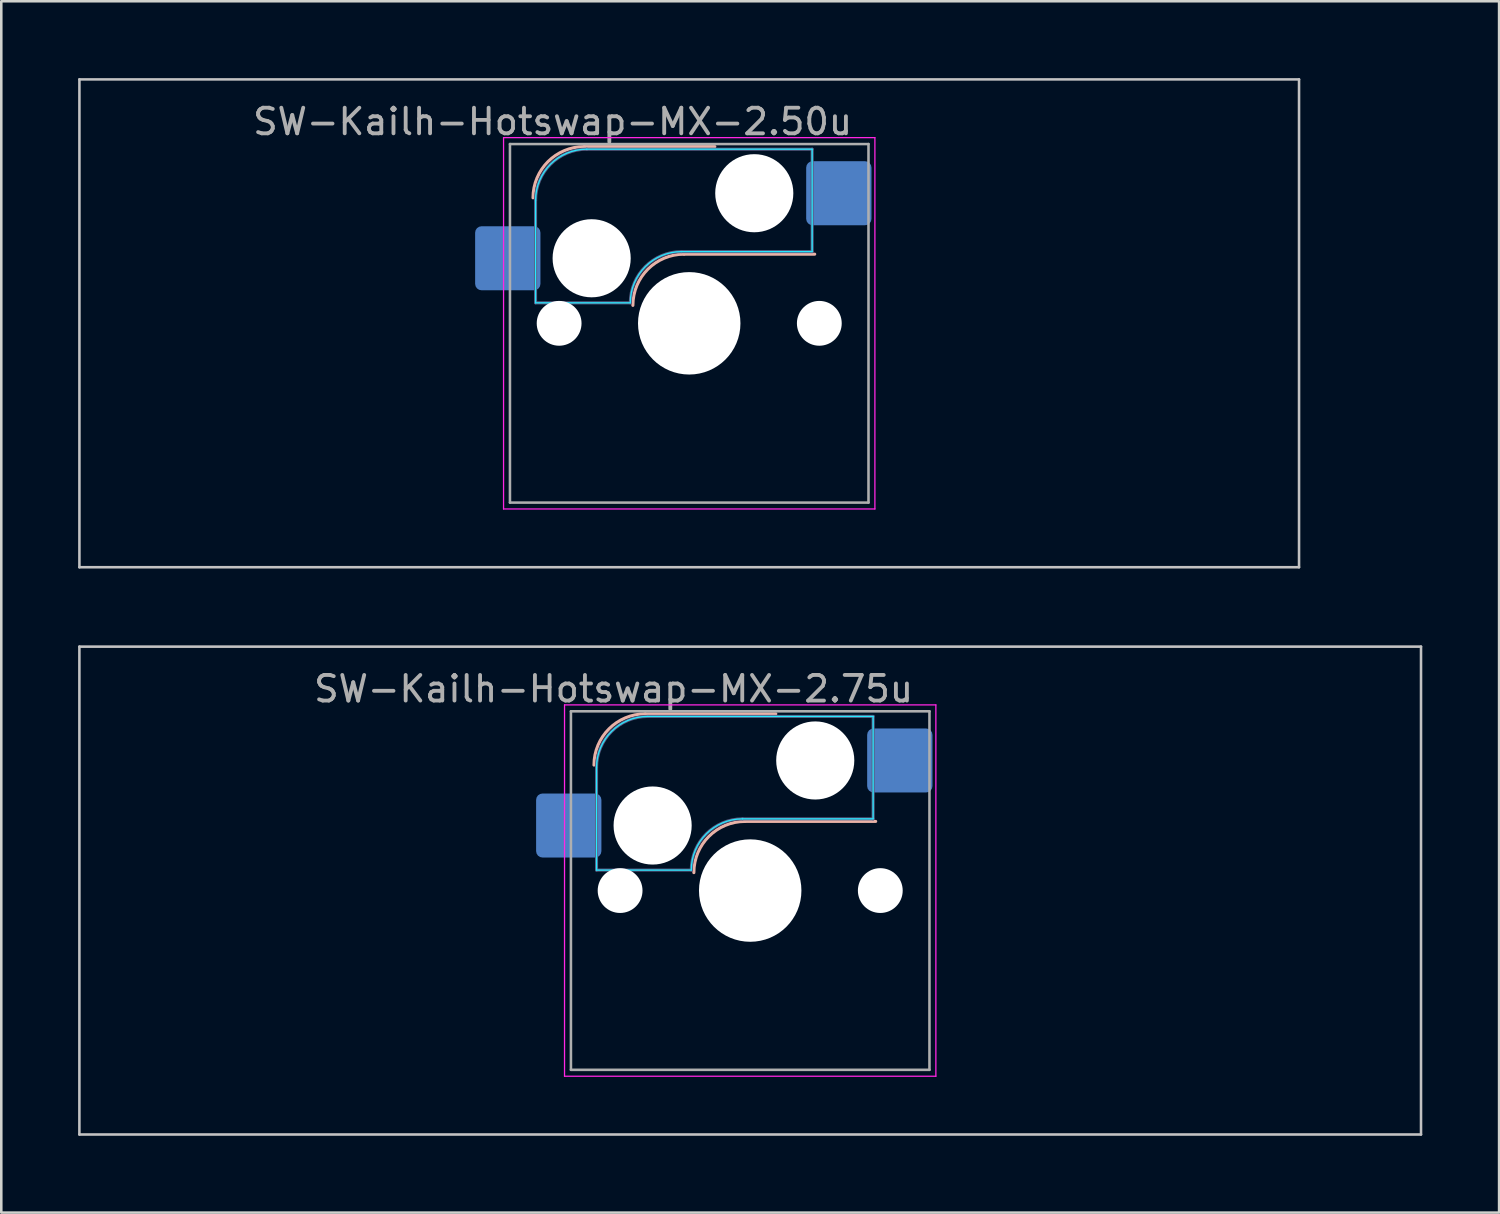
<source format=kicad_pcb>
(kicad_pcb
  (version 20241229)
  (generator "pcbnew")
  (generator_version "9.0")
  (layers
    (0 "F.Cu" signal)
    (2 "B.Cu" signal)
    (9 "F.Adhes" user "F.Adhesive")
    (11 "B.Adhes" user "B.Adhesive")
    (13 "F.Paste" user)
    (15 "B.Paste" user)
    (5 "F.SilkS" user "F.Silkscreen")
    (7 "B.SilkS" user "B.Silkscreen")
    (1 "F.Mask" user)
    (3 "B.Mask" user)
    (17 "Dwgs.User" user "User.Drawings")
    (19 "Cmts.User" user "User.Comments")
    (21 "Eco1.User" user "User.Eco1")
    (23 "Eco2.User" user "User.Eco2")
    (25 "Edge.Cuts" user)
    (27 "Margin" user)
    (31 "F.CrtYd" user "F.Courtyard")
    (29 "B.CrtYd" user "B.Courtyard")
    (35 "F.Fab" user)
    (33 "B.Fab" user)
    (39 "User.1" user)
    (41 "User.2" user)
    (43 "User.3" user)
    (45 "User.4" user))
  (footprint "SW-Kailh-Hotswap-MX-2.50u"
    (layer "F.Cu")
    (at 23.863 9.575)
    (property "Reference" "SW-Kailh-Hotswap-MX-2.50u" (at -5.334 -7.874 0) (layer "F.Fab") (effects (font (size 1 1) (thickness 0.15))))
    (attr smd)
    (fp_line (start -4.1 -6.9) (end 1 -6.9) (stroke (width 0.12) (type solid)) (layer "B.SilkS"))
    (fp_line (start -0.2 -2.7) (end 4.9 -2.7) (stroke (width 0.12) (type solid)) (layer "B.SilkS"))
    (fp_arc (start -6.1 -4.9) (mid -5.514214 -6.314214) (end -4.1 -6.9) (stroke (width 0.12) (type solid)) (layer "B.SilkS"))
    (fp_arc (start -2.2 -0.7) (mid -1.614214 -2.114214) (end -0.2 -2.7) (stroke (width 0.12) (type solid)) (layer "B.SilkS"))
    (fp_line (start -23.812 -9.525) (end -23.812 9.525) (stroke (width 0.1) (type solid)) (layer "Dwgs.User"))
    (fp_line (start -23.812 9.525) (end 23.812 9.525) (stroke (width 0.1) (type solid)) (layer "Dwgs.User"))
    (fp_line (start 23.812 -9.525) (end -23.812 -9.525) (stroke (width 0.1) (type solid)) (layer "Dwgs.User"))
    (fp_line (start 23.812 9.525) (end 23.812 -9.525) (stroke (width 0.1) (type solid)) (layer "Dwgs.User"))
    (fp_line (start -7.8 -6) (end -7 -6) (stroke (width 0.1) (type solid)) (layer "Eco1.User"))
    (fp_line (start -7.8 -2.9) (end -7.8 -6) (stroke (width 0.1) (type solid)) (layer "Eco1.User"))
    (fp_line (start -7.8 2.9) (end -7 2.9) (stroke (width 0.1) (type solid)) (layer "Eco1.User"))
    (fp_line (start -7.8 6) (end -7.8 2.9) (stroke (width 0.1) (type solid)) (layer "Eco1.User"))
    (fp_line (start -7 -7) (end 7 -7) (stroke (width 0.1) (type solid)) (layer "Eco1.User"))
    (fp_line (start -7 -6) (end -7 -7) (stroke (width 0.1) (type solid)) (layer "Eco1.User"))
    (fp_line (start -7 -2.9) (end -7.8 -2.9) (stroke (width 0.1) (type solid)) (layer "Eco1.User"))
    (fp_line (start -7 2.9) (end -7 -2.9) (stroke (width 0.1) (type solid)) (layer "Eco1.User"))
    (fp_line (start -7 6) (end -7.8 6) (stroke (width 0.1) (type solid)) (layer "Eco1.User"))
    (fp_line (start -7 7) (end -7 6) (stroke (width 0.1) (type solid)) (layer "Eco1.User"))
    (fp_line (start 7 -7) (end 7 -6) (stroke (width 0.1) (type solid)) (layer "Eco1.User"))
    (fp_line (start 7 -6) (end 7.8 -6) (stroke (width 0.1) (type solid)) (layer "Eco1.User"))
    (fp_line (start 7 -2.9) (end 7 2.9) (stroke (width 0.1) (type solid)) (layer "Eco1.User"))
    (fp_line (start 7 2.9) (end 7.8 2.9) (stroke (width 0.1) (type solid)) (layer "Eco1.User"))
    (fp_line (start 7 6) (end 7 7) (stroke (width 0.1) (type solid)) (layer "Eco1.User"))
    (fp_line (start 7 7) (end -7 7) (stroke (width 0.1) (type solid)) (layer "Eco1.User"))
    (fp_line (start 7.8 -6) (end 7.8 -2.9) (stroke (width 0.1) (type solid)) (layer "Eco1.User"))
    (fp_line (start 7.8 -2.9) (end 7 -2.9) (stroke (width 0.1) (type solid)) (layer "Eco1.User"))
    (fp_line (start 7.8 2.9) (end 7.8 6) (stroke (width 0.1) (type solid)) (layer "Eco1.User"))
    (fp_line (start 7.8 6) (end 7 6) (stroke (width 0.1) (type solid)) (layer "Eco1.User"))
    (fp_line (start -6 -0.8) (end -6 -4.8) (stroke (width 0.05) (type solid)) (layer "B.CrtYd"))
    (fp_line (start -6 -0.8) (end -2.3 -0.8) (stroke (width 0.05) (type solid)) (layer "B.CrtYd"))
    (fp_line (start -4 -6.8) (end 4.8 -6.8) (stroke (width 0.05) (type solid)) (layer "B.CrtYd"))
    (fp_line (start -0.3 -2.8) (end 4.8 -2.8) (stroke (width 0.05) (type solid)) (layer "B.CrtYd"))
    (fp_line (start 4.8 -6.8) (end 4.8 -2.8) (stroke (width 0.05) (type solid)) (layer "B.CrtYd"))
    (fp_arc (start -6 -4.8) (mid -5.414214 -6.214214) (end -4 -6.8) (stroke (width 0.05) (type solid)) (layer "B.CrtYd"))
    (fp_arc (start -2.3 -0.8) (mid -1.714214 -2.214214) (end -0.3 -2.8) (stroke (width 0.05) (type solid)) (layer "B.CrtYd"))
    (fp_line (start -7.25 -7.25) (end -7.25 7.25) (stroke (width 0.05) (type solid)) (layer "F.CrtYd"))
    (fp_line (start -7.25 7.25) (end 7.25 7.25) (stroke (width 0.05) (type solid)) (layer "F.CrtYd"))
    (fp_line (start 7.25 -7.25) (end -7.25 -7.25) (stroke (width 0.05) (type solid)) (layer "F.CrtYd"))
    (fp_line (start 7.25 7.25) (end 7.25 -7.25) (stroke (width 0.05) (type solid)) (layer "F.CrtYd"))
    (fp_line (start -6 -0.8) (end -6 -4.8) (stroke (width 0.12) (type solid)) (layer "B.Fab"))
    (fp_line (start -6 -0.8) (end -2.3 -0.8) (stroke (width 0.12) (type solid)) (layer "B.Fab"))
    (fp_line (start -4 -6.8) (end 4.8 -6.8) (stroke (width 0.12) (type solid)) (layer "B.Fab"))
    (fp_line (start -0.3 -2.8) (end 4.8 -2.8) (stroke (width 0.12) (type solid)) (layer "B.Fab"))
    (fp_line (start 4.8 -6.8) (end 4.8 -2.8) (stroke (width 0.12) (type solid)) (layer "B.Fab"))
    (fp_arc (start -6 -4.8) (mid -5.414214 -6.214214) (end -4 -6.8) (stroke (width 0.12) (type solid)) (layer "B.Fab"))
    (fp_arc (start -2.3 -0.8) (mid -1.714214 -2.214214) (end -0.3 -2.8) (stroke (width 0.12) (type solid)) (layer "B.Fab"))
    (fp_line (start -7 -7) (end -7 7) (stroke (width 0.1) (type solid)) (layer "F.Fab"))
    (fp_line (start -7 7) (end 7 7) (stroke (width 0.1) (type solid)) (layer "F.Fab"))
    (fp_line (start 7 -7) (end -7 -7) (stroke (width 0.1) (type solid)) (layer "F.Fab"))
    (fp_line (start 7 7) (end 7 -7) (stroke (width 0.1) (type solid)) (layer "F.Fab"))
    (pad "" np_thru_hole circle (at -5.08 0) (size 1.75 1.75) (drill 1.75) (layers "*.Cu" "*.Mask"))
    (pad "" np_thru_hole circle (at -3.81 -2.54) (size 3.05 3.05) (drill 3.05) (layers "*.Cu" "*.Mask"))
    (pad "" np_thru_hole circle (at 0 0) (size 4 4) (drill 4) (layers "*.Cu" "*.Mask"))
    (pad "" np_thru_hole circle (at 2.54 -5.08) (size 3.05 3.05) (drill 3.05) (layers "*.Cu" "*.Mask"))
    (pad "" np_thru_hole circle (at 5.08 0) (size 1.75 1.75) (drill 1.75) (layers "*.Cu" "*.Mask"))
    (pad "1" smd roundrect (at -7.085 -2.54) (size 2.55 2.5) (layers "B.Cu" "B.Mask" "B.Paste") (roundrect_rratio 0.1))
    (pad "2" smd roundrect (at 5.842 -5.08) (size 2.55 2.5) (layers "B.Cu" "B.Mask" "B.Paste") (roundrect_rratio 0.1)))
  (footprint "SW-Kailh-Hotswap-MX-2.75u"
    (layer "F.Cu")
    (at 26.244 31.725)
    (property "Reference" "SW-Kailh-Hotswap-MX-2.75u" (at -5.334 -7.874 0) (layer "F.Fab") (effects (font (size 1 1) (thickness 0.15))))
    (attr smd)
    (fp_line (start -4.1 -6.9) (end 1 -6.9) (stroke (width 0.12) (type solid)) (layer "B.SilkS"))
    (fp_line (start -0.2 -2.7) (end 4.9 -2.7) (stroke (width 0.12) (type solid)) (layer "B.SilkS"))
    (fp_arc (start -6.1 -4.9) (mid -5.514214 -6.314214) (end -4.1 -6.9) (stroke (width 0.12) (type solid)) (layer "B.SilkS"))
    (fp_arc (start -2.2 -0.7) (mid -1.614214 -2.114214) (end -0.2 -2.7) (stroke (width 0.12) (type solid)) (layer "B.SilkS"))
    (fp_line (start -26.194 -9.525) (end -26.194 9.525) (stroke (width 0.1) (type solid)) (layer "Dwgs.User"))
    (fp_line (start -26.194 9.525) (end 26.194 9.525) (stroke (width 0.1) (type solid)) (layer "Dwgs.User"))
    (fp_line (start 26.194 -9.525) (end -26.194 -9.525) (stroke (width 0.1) (type solid)) (layer "Dwgs.User"))
    (fp_line (start 26.194 9.525) (end 26.194 -9.525) (stroke (width 0.1) (type solid)) (layer "Dwgs.User"))
    (fp_line (start -7.8 -6) (end -7 -6) (stroke (width 0.1) (type solid)) (layer "Eco1.User"))
    (fp_line (start -7.8 -2.9) (end -7.8 -6) (stroke (width 0.1) (type solid)) (layer "Eco1.User"))
    (fp_line (start -7.8 2.9) (end -7 2.9) (stroke (width 0.1) (type solid)) (layer "Eco1.User"))
    (fp_line (start -7.8 6) (end -7.8 2.9) (stroke (width 0.1) (type solid)) (layer "Eco1.User"))
    (fp_line (start -7 -7) (end 7 -7) (stroke (width 0.1) (type solid)) (layer "Eco1.User"))
    (fp_line (start -7 -6) (end -7 -7) (stroke (width 0.1) (type solid)) (layer "Eco1.User"))
    (fp_line (start -7 -2.9) (end -7.8 -2.9) (stroke (width 0.1) (type solid)) (layer "Eco1.User"))
    (fp_line (start -7 2.9) (end -7 -2.9) (stroke (width 0.1) (type solid)) (layer "Eco1.User"))
    (fp_line (start -7 6) (end -7.8 6) (stroke (width 0.1) (type solid)) (layer "Eco1.User"))
    (fp_line (start -7 7) (end -7 6) (stroke (width 0.1) (type solid)) (layer "Eco1.User"))
    (fp_line (start 7 -7) (end 7 -6) (stroke (width 0.1) (type solid)) (layer "Eco1.User"))
    (fp_line (start 7 -6) (end 7.8 -6) (stroke (width 0.1) (type solid)) (layer "Eco1.User"))
    (fp_line (start 7 -2.9) (end 7 2.9) (stroke (width 0.1) (type solid)) (layer "Eco1.User"))
    (fp_line (start 7 2.9) (end 7.8 2.9) (stroke (width 0.1) (type solid)) (layer "Eco1.User"))
    (fp_line (start 7 6) (end 7 7) (stroke (width 0.1) (type solid)) (layer "Eco1.User"))
    (fp_line (start 7 7) (end -7 7) (stroke (width 0.1) (type solid)) (layer "Eco1.User"))
    (fp_line (start 7.8 -6) (end 7.8 -2.9) (stroke (width 0.1) (type solid)) (layer "Eco1.User"))
    (fp_line (start 7.8 -2.9) (end 7 -2.9) (stroke (width 0.1) (type solid)) (layer "Eco1.User"))
    (fp_line (start 7.8 2.9) (end 7.8 6) (stroke (width 0.1) (type solid)) (layer "Eco1.User"))
    (fp_line (start 7.8 6) (end 7 6) (stroke (width 0.1) (type solid)) (layer "Eco1.User"))
    (fp_line (start -6 -0.8) (end -6 -4.8) (stroke (width 0.05) (type solid)) (layer "B.CrtYd"))
    (fp_line (start -6 -0.8) (end -2.3 -0.8) (stroke (width 0.05) (type solid)) (layer "B.CrtYd"))
    (fp_line (start -4 -6.8) (end 4.8 -6.8) (stroke (width 0.05) (type solid)) (layer "B.CrtYd"))
    (fp_line (start -0.3 -2.8) (end 4.8 -2.8) (stroke (width 0.05) (type solid)) (layer "B.CrtYd"))
    (fp_line (start 4.8 -6.8) (end 4.8 -2.8) (stroke (width 0.05) (type solid)) (layer "B.CrtYd"))
    (fp_arc (start -6 -4.8) (mid -5.414214 -6.214214) (end -4 -6.8) (stroke (width 0.05) (type solid)) (layer "B.CrtYd"))
    (fp_arc (start -2.3 -0.8) (mid -1.714214 -2.214214) (end -0.3 -2.8) (stroke (width 0.05) (type solid)) (layer "B.CrtYd"))
    (fp_line (start -7.25 -7.25) (end -7.25 7.25) (stroke (width 0.05) (type solid)) (layer "F.CrtYd"))
    (fp_line (start -7.25 7.25) (end 7.25 7.25) (stroke (width 0.05) (type solid)) (layer "F.CrtYd"))
    (fp_line (start 7.25 -7.25) (end -7.25 -7.25) (stroke (width 0.05) (type solid)) (layer "F.CrtYd"))
    (fp_line (start 7.25 7.25) (end 7.25 -7.25) (stroke (width 0.05) (type solid)) (layer "F.CrtYd"))
    (fp_line (start -6 -0.8) (end -6 -4.8) (stroke (width 0.12) (type solid)) (layer "B.Fab"))
    (fp_line (start -6 -0.8) (end -2.3 -0.8) (stroke (width 0.12) (type solid)) (layer "B.Fab"))
    (fp_line (start -4 -6.8) (end 4.8 -6.8) (stroke (width 0.12) (type solid)) (layer "B.Fab"))
    (fp_line (start -0.3 -2.8) (end 4.8 -2.8) (stroke (width 0.12) (type solid)) (layer "B.Fab"))
    (fp_line (start 4.8 -6.8) (end 4.8 -2.8) (stroke (width 0.12) (type solid)) (layer "B.Fab"))
    (fp_arc (start -6 -4.8) (mid -5.414214 -6.214214) (end -4 -6.8) (stroke (width 0.12) (type solid)) (layer "B.Fab"))
    (fp_arc (start -2.3 -0.8) (mid -1.714214 -2.214214) (end -0.3 -2.8) (stroke (width 0.12) (type solid)) (layer "B.Fab"))
    (fp_line (start -7 -7) (end -7 7) (stroke (width 0.1) (type solid)) (layer "F.Fab"))
    (fp_line (start -7 7) (end 7 7) (stroke (width 0.1) (type solid)) (layer "F.Fab"))
    (fp_line (start 7 -7) (end -7 -7) (stroke (width 0.1) (type solid)) (layer "F.Fab"))
    (fp_line (start 7 7) (end 7 -7) (stroke (width 0.1) (type solid)) (layer "F.Fab"))
    (pad "" np_thru_hole circle (at -5.08 0) (size 1.75 1.75) (drill 1.75) (layers "*.Cu" "*.Mask"))
    (pad "" np_thru_hole circle (at -3.81 -2.54) (size 3.05 3.05) (drill 3.05) (layers "*.Cu" "*.Mask"))
    (pad "" np_thru_hole circle (at 0 0) (size 4 4) (drill 4) (layers "*.Cu" "*.Mask"))
    (pad "" np_thru_hole circle (at 2.54 -5.08) (size 3.05 3.05) (drill 3.05) (layers "*.Cu" "*.Mask"))
    (pad "" np_thru_hole circle (at 5.08 0) (size 1.75 1.75) (drill 1.75) (layers "*.Cu" "*.Mask"))
    (pad "1" smd roundrect (at -7.085 -2.54) (size 2.55 2.5) (layers "B.Cu" "B.Mask" "B.Paste") (roundrect_rratio 0.1))
    (pad "2" smd roundrect (at 5.842 -5.08) (size 2.55 2.5) (layers "B.Cu" "B.Mask" "B.Paste") (roundrect_rratio 0.1)))
  (gr_rect
    (start -3 -3)
    (end 55.487 44.3)
    (stroke (width 0.1) (type default))
    (fill no)
    (layer "Edge.Cuts")))
</source>
